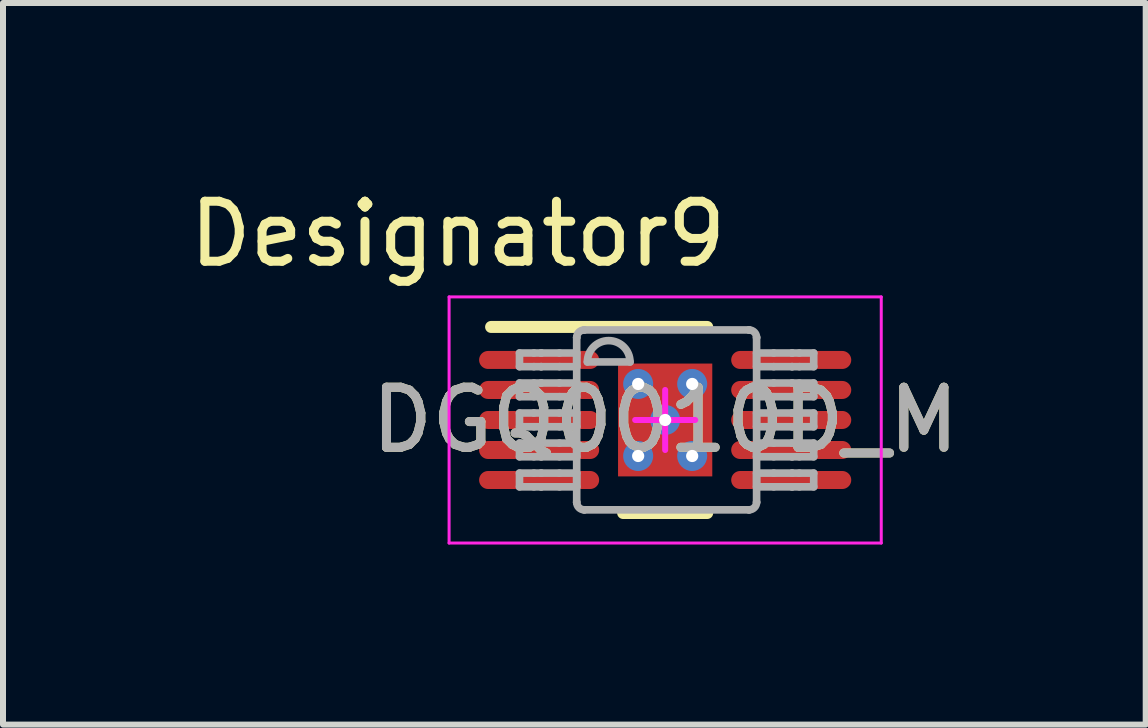
<source format=kicad_pcb>
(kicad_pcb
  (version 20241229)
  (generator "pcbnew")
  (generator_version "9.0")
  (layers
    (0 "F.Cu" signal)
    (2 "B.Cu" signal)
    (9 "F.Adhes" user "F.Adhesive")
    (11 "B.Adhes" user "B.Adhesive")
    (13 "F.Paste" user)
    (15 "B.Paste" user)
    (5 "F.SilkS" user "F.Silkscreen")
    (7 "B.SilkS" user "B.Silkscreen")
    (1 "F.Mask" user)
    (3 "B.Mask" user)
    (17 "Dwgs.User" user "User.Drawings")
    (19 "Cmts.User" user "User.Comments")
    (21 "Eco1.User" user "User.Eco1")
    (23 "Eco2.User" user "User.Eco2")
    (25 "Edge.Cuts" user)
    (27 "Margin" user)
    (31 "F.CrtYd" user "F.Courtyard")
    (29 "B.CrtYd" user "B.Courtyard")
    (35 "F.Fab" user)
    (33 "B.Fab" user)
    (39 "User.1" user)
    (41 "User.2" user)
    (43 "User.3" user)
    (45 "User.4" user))
  (footprint "DGQ0010D_M"
    (layer "F.Cu")
    (at 8.032 3.947)
    (property "Reference" "DGQ0010D_M" (at 0 0 0) (unlocked yes) (layer "F.SilkS") (effects (font (size 1 1) (thickness 0.15))))
    (attr smd)
    (fp_line (start -2.9 -1.55) (end 0.7 -1.55) (stroke (width 0.2) (type solid)) (layer "F.SilkS"))
    (fp_line (start -0.7 1.55) (end 0.7 1.55) (stroke (width 0.2) (type solid)) (layer "F.SilkS"))
    (fp_line (start -3.6 -2.05) (end 3.6 -2.05) (stroke (width 0.05) (type solid)) (layer "F.CrtYd"))
    (fp_line (start -3.6 2.05) (end -3.6 -2.05) (stroke (width 0.05) (type solid)) (layer "F.CrtYd"))
    (fp_line (start -3.6 2.05) (end 3.6 2.05) (stroke (width 0.05) (type solid)) (layer "F.CrtYd"))
    (fp_line (start -0.5 0) (end 0.5 0) (stroke (width 0.1) (type solid)) (layer "F.CrtYd"))
    (fp_line (start 0.000003 0.5) (end 0.000003 -0.5) (stroke (width 0.1) (type solid)) (layer "F.CrtYd"))
    (fp_line (start 3.6 2.05) (end 3.6 -2.05) (stroke (width 0.05) (type solid)) (layer "F.CrtYd"))
    (fp_line (start -2.427 -1.116) (end -2.187 -1.116) (stroke (width 0.127) (type solid)) (layer "F.Fab"))
    (fp_line (start -2.427 -0.888) (end -2.427 -1.116) (stroke (width 0.127) (type solid)) (layer "F.Fab"))
    (fp_line (start -2.427 -0.888) (end -2.187 -0.888) (stroke (width 0.127) (type solid)) (layer "F.Fab"))
    (fp_line (start -2.427 -0.616) (end -2.187 -0.616) (stroke (width 0.127) (type solid)) (layer "F.Fab"))
    (fp_line (start -2.427 -0.388) (end -2.427 -0.616) (stroke (width 0.127) (type solid)) (layer "F.Fab"))
    (fp_line (start -2.427 -0.388) (end -2.187 -0.388) (stroke (width 0.127) (type solid)) (layer "F.Fab"))
    (fp_line (start -2.427 -0.116) (end -2.187 -0.116) (stroke (width 0.127) (type solid)) (layer "F.Fab"))
    (fp_line (start -2.427 0.113) (end -2.427 -0.116) (stroke (width 0.127) (type solid)) (layer "F.Fab"))
    (fp_line (start -2.427 0.113) (end -2.187 0.113) (stroke (width 0.127) (type solid)) (layer "F.Fab"))
    (fp_line (start -2.427 0.385) (end -2.187 0.385) (stroke (width 0.127) (type solid)) (layer "F.Fab"))
    (fp_line (start -2.427 0.613) (end -2.427 0.385) (stroke (width 0.127) (type solid)) (layer "F.Fab"))
    (fp_line (start -2.427 0.613) (end -2.187 0.613) (stroke (width 0.127) (type solid)) (layer "F.Fab"))
    (fp_line (start -2.427 0.885) (end -2.187 0.885) (stroke (width 0.127) (type solid)) (layer "F.Fab"))
    (fp_line (start -2.427 1.114) (end -2.427 0.885) (stroke (width 0.127) (type solid)) (layer "F.Fab"))
    (fp_line (start -2.427 1.114) (end -2.187 1.114) (stroke (width 0.127) (type solid)) (layer "F.Fab"))
    (fp_line (start -2.187 -1.116) (end -2.067 -1.116) (stroke (width 0.127) (type solid)) (layer "F.Fab"))
    (fp_line (start -2.187 -0.888) (end -2.067 -0.888) (stroke (width 0.127) (type solid)) (layer "F.Fab"))
    (fp_line (start -2.187 -0.616) (end -2.067 -0.616) (stroke (width 0.127) (type solid)) (layer "F.Fab"))
    (fp_line (start -2.187 -0.388) (end -2.067 -0.388) (stroke (width 0.127) (type solid)) (layer "F.Fab"))
    (fp_line (start -2.187 -0.116) (end -2.067 -0.116) (stroke (width 0.127) (type solid)) (layer "F.Fab"))
    (fp_line (start -2.187 0.113) (end -2.067 0.113) (stroke (width 0.127) (type solid)) (layer "F.Fab"))
    (fp_line (start -2.187 0.385) (end -2.067 0.385) (stroke (width 0.127) (type solid)) (layer "F.Fab"))
    (fp_line (start -2.187 0.613) (end -2.067 0.613) (stroke (width 0.127) (type solid)) (layer "F.Fab"))
    (fp_line (start -2.187 0.885) (end -2.067 0.885) (stroke (width 0.127) (type solid)) (layer "F.Fab"))
    (fp_line (start -2.187 1.114) (end -2.067 1.114) (stroke (width 0.127) (type solid)) (layer "F.Fab"))
    (fp_line (start -2.067 -1.116) (end -2.064 -1.116) (stroke (width 0.127) (type solid)) (layer "F.Fab"))
    (fp_line (start -2.067 -0.888) (end -2.064 -0.888) (stroke (width 0.127) (type solid)) (layer "F.Fab"))
    (fp_line (start -2.067 -0.616) (end -2.064 -0.616) (stroke (width 0.127) (type solid)) (layer "F.Fab"))
    (fp_line (start -2.067 -0.388) (end -2.064 -0.388) (stroke (width 0.127) (type solid)) (layer "F.Fab"))
    (fp_line (start -2.067 -0.116) (end -2.064 -0.116) (stroke (width 0.127) (type solid)) (layer "F.Fab"))
    (fp_line (start -2.067 0.113) (end -2.064 0.113) (stroke (width 0.127) (type solid)) (layer "F.Fab"))
    (fp_line (start -2.067 0.385) (end -2.064 0.385) (stroke (width 0.127) (type solid)) (layer "F.Fab"))
    (fp_line (start -2.067 0.613) (end -2.064 0.613) (stroke (width 0.127) (type solid)) (layer "F.Fab"))
    (fp_line (start -2.067 0.885) (end -2.064 0.885) (stroke (width 0.127) (type solid)) (layer "F.Fab"))
    (fp_line (start -2.067 1.114) (end -2.064 1.114) (stroke (width 0.127) (type solid)) (layer "F.Fab"))
    (fp_line (start -2.064 -1.116) (end -1.76 -1.116) (stroke (width 0.127) (type solid)) (layer "F.Fab"))
    (fp_line (start -2.064 -0.888) (end -1.76 -0.888) (stroke (width 0.127) (type solid)) (layer "F.Fab"))
    (fp_line (start -2.064 -0.616) (end -1.76 -0.616) (stroke (width 0.127) (type solid)) (layer "F.Fab"))
    (fp_line (start -2.064 -0.388) (end -1.76 -0.388) (stroke (width 0.127) (type solid)) (layer "F.Fab"))
    (fp_line (start -2.064 -0.116) (end -1.76 -0.116) (stroke (width 0.127) (type solid)) (layer "F.Fab"))
    (fp_line (start -2.064 0.113) (end -1.76 0.113) (stroke (width 0.127) (type solid)) (layer "F.Fab"))
    (fp_line (start -2.064 0.385) (end -1.76 0.385) (stroke (width 0.127) (type solid)) (layer "F.Fab"))
    (fp_line (start -2.064 0.613) (end -1.76 0.613) (stroke (width 0.127) (type solid)) (layer "F.Fab"))
    (fp_line (start -2.064 0.885) (end -1.76 0.885) (stroke (width 0.127) (type solid)) (layer "F.Fab"))
    (fp_line (start -2.064 1.114) (end -1.76 1.114) (stroke (width 0.127) (type solid)) (layer "F.Fab"))
    (fp_line (start -1.76 -1.116) (end -1.474 -1.116) (stroke (width 0.127) (type solid)) (layer "F.Fab"))
    (fp_line (start -1.76 -0.888) (end -1.474 -0.888) (stroke (width 0.127) (type solid)) (layer "F.Fab"))
    (fp_line (start -1.76 -0.616) (end -1.474 -0.616) (stroke (width 0.127) (type solid)) (layer "F.Fab"))
    (fp_line (start -1.76 -0.388) (end -1.474 -0.388) (stroke (width 0.127) (type solid)) (layer "F.Fab"))
    (fp_line (start -1.76 -0.116) (end -1.474 -0.116) (stroke (width 0.127) (type solid)) (layer "F.Fab"))
    (fp_line (start -1.76 0.113) (end -1.474 0.113) (stroke (width 0.127) (type solid)) (layer "F.Fab"))
    (fp_line (start -1.76 0.385) (end -1.474 0.385) (stroke (width 0.127) (type solid)) (layer "F.Fab"))
    (fp_line (start -1.76 0.613) (end -1.474 0.613) (stroke (width 0.127) (type solid)) (layer "F.Fab"))
    (fp_line (start -1.76 0.885) (end -1.474 0.885) (stroke (width 0.127) (type solid)) (layer "F.Fab"))
    (fp_line (start -1.76 1.114) (end -1.474 1.114) (stroke (width 0.127) (type solid)) (layer "F.Fab"))
    (fp_line (start -1.474 -1.373) (end -1.474 -1.376) (stroke (width 0.127) (type solid)) (layer "F.Fab"))
    (fp_line (start -1.474 -0.888) (end -1.474 -1.116) (stroke (width 0.127) (type solid)) (layer "F.Fab"))
    (fp_line (start -1.474 -0.388) (end -1.474 -0.616) (stroke (width 0.127) (type solid)) (layer "F.Fab"))
    (fp_line (start -1.474 0.113) (end -1.474 -0.116) (stroke (width 0.127) (type solid)) (layer "F.Fab"))
    (fp_line (start -1.474 0.613) (end -1.474 0.385) (stroke (width 0.127) (type solid)) (layer "F.Fab"))
    (fp_line (start -1.474 1.114) (end -1.474 0.885) (stroke (width 0.127) (type solid)) (layer "F.Fab"))
    (fp_line (start -1.474 1.37) (end -1.474 -1.373) (stroke (width 0.127) (type solid)) (layer "F.Fab"))
    (fp_line (start -1.474 1.37) (end -1.474 1.373) (stroke (width 0.127) (type solid)) (layer "F.Fab"))
    (fp_line (start -1.35 -1.5) (end -1.347 -1.5) (stroke (width 0.127) (type solid)) (layer "F.Fab"))
    (fp_line (start -1.35 1.497) (end -1.347 1.497) (stroke (width 0.127) (type solid)) (layer "F.Fab"))
    (fp_line (start -1.347 -1.5) (end 1.396 -1.5) (stroke (width 0.127) (type solid)) (layer "F.Fab"))
    (fp_line (start -1.347 1.497) (end 1.396 1.497) (stroke (width 0.127) (type solid)) (layer "F.Fab"))
    (fp_line (start -1.296 -0.967) (end -0.585 -0.967) (stroke (width 0.127) (type solid)) (layer "F.Fab"))
    (fp_line (start 1.396 -1.5) (end 1.399 -1.5) (stroke (width 0.127) (type solid)) (layer "F.Fab"))
    (fp_line (start 1.396 1.497) (end 1.399 1.497) (stroke (width 0.127) (type solid)) (layer "F.Fab"))
    (fp_line (start 1.523 -1.376) (end 1.523 -1.373) (stroke (width 0.127) (type solid)) (layer "F.Fab"))
    (fp_line (start 1.523 1.373) (end 1.523 1.37) (stroke (width 0.127) (type solid)) (layer "F.Fab"))
    (fp_line (start 1.523 -1.116) (end 1.809 -1.116) (stroke (width 0.127) (type solid)) (layer "F.Fab"))
    (fp_line (start 1.523 -0.888) (end 1.523 -1.116) (stroke (width 0.127) (type solid)) (layer "F.Fab"))
    (fp_line (start 1.523 -0.888) (end 1.809 -0.888) (stroke (width 0.127) (type solid)) (layer "F.Fab"))
    (fp_line (start 1.523 -0.616) (end 1.809 -0.616) (stroke (width 0.127) (type solid)) (layer "F.Fab"))
    (fp_line (start 1.523 -0.388) (end 1.523 -0.616) (stroke (width 0.127) (type solid)) (layer "F.Fab"))
    (fp_line (start 1.523 -0.388) (end 1.809 -0.388) (stroke (width 0.127) (type solid)) (layer "F.Fab"))
    (fp_line (start 1.523 -0.116) (end 1.809 -0.116) (stroke (width 0.127) (type solid)) (layer "F.Fab"))
    (fp_line (start 1.523 0.113) (end 1.523 -0.116) (stroke (width 0.127) (type solid)) (layer "F.Fab"))
    (fp_line (start 1.523 0.113) (end 1.809 0.113) (stroke (width 0.127) (type solid)) (layer "F.Fab"))
    (fp_line (start 1.523 0.385) (end 1.809 0.385) (stroke (width 0.127) (type solid)) (layer "F.Fab"))
    (fp_line (start 1.523 0.613) (end 1.523 0.385) (stroke (width 0.127) (type solid)) (layer "F.Fab"))
    (fp_line (start 1.523 0.613) (end 1.809 0.613) (stroke (width 0.127) (type solid)) (layer "F.Fab"))
    (fp_line (start 1.523 0.885) (end 1.809 0.885) (stroke (width 0.127) (type solid)) (layer "F.Fab"))
    (fp_line (start 1.523 1.114) (end 1.523 0.885) (stroke (width 0.127) (type solid)) (layer "F.Fab"))
    (fp_line (start 1.523 1.114) (end 1.809 1.114) (stroke (width 0.127) (type solid)) (layer "F.Fab"))
    (fp_line (start 1.523 1.37) (end 1.523 -1.373) (stroke (width 0.127) (type solid)) (layer "F.Fab"))
    (fp_line (start 1.809 -1.116) (end 2.113 -1.116) (stroke (width 0.127) (type solid)) (layer "F.Fab"))
    (fp_line (start 1.809 -0.888) (end 2.113 -0.888) (stroke (width 0.127) (type solid)) (layer "F.Fab"))
    (fp_line (start 1.809 -0.616) (end 2.113 -0.616) (stroke (width 0.127) (type solid)) (layer "F.Fab"))
    (fp_line (start 1.809 -0.388) (end 2.113 -0.388) (stroke (width 0.127) (type solid)) (layer "F.Fab"))
    (fp_line (start 1.809 -0.116) (end 2.113 -0.116) (stroke (width 0.127) (type solid)) (layer "F.Fab"))
    (fp_line (start 1.809 0.113) (end 2.113 0.113) (stroke (width 0.127) (type solid)) (layer "F.Fab"))
    (fp_line (start 1.809 0.385) (end 2.113 0.385) (stroke (width 0.127) (type solid)) (layer "F.Fab"))
    (fp_line (start 1.809 0.613) (end 2.113 0.613) (stroke (width 0.127) (type solid)) (layer "F.Fab"))
    (fp_line (start 1.809 0.885) (end 2.113 0.885) (stroke (width 0.127) (type solid)) (layer "F.Fab"))
    (fp_line (start 1.809 1.114) (end 2.113 1.114) (stroke (width 0.127) (type solid)) (layer "F.Fab"))
    (fp_line (start 2.113 -1.116) (end 2.116 -1.116) (stroke (width 0.127) (type solid)) (layer "F.Fab"))
    (fp_line (start 2.113 -0.888) (end 2.116 -0.888) (stroke (width 0.127) (type solid)) (layer "F.Fab"))
    (fp_line (start 2.113 -0.616) (end 2.116 -0.616) (stroke (width 0.127) (type solid)) (layer "F.Fab"))
    (fp_line (start 2.113 -0.388) (end 2.116 -0.388) (stroke (width 0.127) (type solid)) (layer "F.Fab"))
    (fp_line (start 2.113 -0.116) (end 2.116 -0.116) (stroke (width 0.127) (type solid)) (layer "F.Fab"))
    (fp_line (start 2.113 0.113) (end 2.116 0.113) (stroke (width 0.127) (type solid)) (layer "F.Fab"))
    (fp_line (start 2.113 0.385) (end 2.116 0.385) (stroke (width 0.127) (type solid)) (layer "F.Fab"))
    (fp_line (start 2.113 0.613) (end 2.116 0.613) (stroke (width 0.127) (type solid)) (layer "F.Fab"))
    (fp_line (start 2.113 0.885) (end 2.116 0.885) (stroke (width 0.127) (type solid)) (layer "F.Fab"))
    (fp_line (start 2.113 1.114) (end 2.116 1.114) (stroke (width 0.127) (type solid)) (layer "F.Fab"))
    (fp_line (start 2.116 -1.116) (end 2.236 -1.116) (stroke (width 0.127) (type solid)) (layer "F.Fab"))
    (fp_line (start 2.116 -0.888) (end 2.236 -0.888) (stroke (width 0.127) (type solid)) (layer "F.Fab"))
    (fp_line (start 2.116 -0.616) (end 2.236 -0.616) (stroke (width 0.127) (type solid)) (layer "F.Fab"))
    (fp_line (start 2.116 -0.388) (end 2.236 -0.388) (stroke (width 0.127) (type solid)) (layer "F.Fab"))
    (fp_line (start 2.116 -0.116) (end 2.236 -0.116) (stroke (width 0.127) (type solid)) (layer "F.Fab"))
    (fp_line (start 2.116 0.113) (end 2.236 0.113) (stroke (width 0.127) (type solid)) (layer "F.Fab"))
    (fp_line (start 2.116 0.385) (end 2.236 0.385) (stroke (width 0.127) (type solid)) (layer "F.Fab"))
    (fp_line (start 2.116 0.613) (end 2.236 0.613) (stroke (width 0.127) (type solid)) (layer "F.Fab"))
    (fp_line (start 2.116 0.885) (end 2.236 0.885) (stroke (width 0.127) (type solid)) (layer "F.Fab"))
    (fp_line (start 2.116 1.114) (end 2.236 1.114) (stroke (width 0.127) (type solid)) (layer "F.Fab"))
    (fp_line (start 2.236 -1.116) (end 2.475 -1.116) (stroke (width 0.127) (type solid)) (layer "F.Fab"))
    (fp_line (start 2.236 -0.888) (end 2.475 -0.888) (stroke (width 0.127) (type solid)) (layer "F.Fab"))
    (fp_line (start 2.236 -0.616) (end 2.475 -0.616) (stroke (width 0.127) (type solid)) (layer "F.Fab"))
    (fp_line (start 2.236 -0.388) (end 2.475 -0.388) (stroke (width 0.127) (type solid)) (layer "F.Fab"))
    (fp_line (start 2.236 -0.116) (end 2.475 -0.116) (stroke (width 0.127) (type solid)) (layer "F.Fab"))
    (fp_line (start 2.236 0.113) (end 2.475 0.113) (stroke (width 0.127) (type solid)) (layer "F.Fab"))
    (fp_line (start 2.236 0.385) (end 2.475 0.385) (stroke (width 0.127) (type solid)) (layer "F.Fab"))
    (fp_line (start 2.236 0.613) (end 2.475 0.613) (stroke (width 0.127) (type solid)) (layer "F.Fab"))
    (fp_line (start 2.236 0.885) (end 2.475 0.885) (stroke (width 0.127) (type solid)) (layer "F.Fab"))
    (fp_line (start 2.236 1.114) (end 2.475 1.114) (stroke (width 0.127) (type solid)) (layer "F.Fab"))
    (fp_line (start 2.475 -0.888) (end 2.475 -1.116) (stroke (width 0.127) (type solid)) (layer "F.Fab"))
    (fp_line (start 2.475 -0.388) (end 2.475 -0.616) (stroke (width 0.127) (type solid)) (layer "F.Fab"))
    (fp_line (start 2.475 0.113) (end 2.475 -0.116) (stroke (width 0.127) (type solid)) (layer "F.Fab"))
    (fp_line (start 2.475 0.613) (end 2.475 0.385) (stroke (width 0.127) (type solid)) (layer "F.Fab"))
    (fp_line (start 2.475 1.114) (end 2.475 0.885) (stroke (width 0.127) (type solid)) (layer "F.Fab"))
    (fp_arc (start -1.474232 -1.375768) (mid -1.437062 -1.46283) (end -1.35 -1.5) (stroke (width 0.127) (type solid)) (layer "F.Fab"))
    (fp_arc (start -1.35 1.49715) (mid -1.437062 1.45998) (end -1.474232 1.372918) (stroke (width 0.127) (type solid)) (layer "F.Fab"))
    (fp_arc (start -1.296457 -0.966625) (mid -0.940857 -1.322225) (end -0.585257 -0.966625) (stroke (width 0.127) (type solid)) (layer "F.Fab"))
    (fp_arc (start 1.398686 -1.5) (mid 1.485749 -1.46283) (end 1.522919 -1.375768) (stroke (width 0.127) (type solid)) (layer "F.Fab"))
    (fp_arc (start 1.522919 1.372918) (mid 1.485749 1.45998) (end 1.398686 1.49715) (stroke (width 0.127) (type solid)) (layer "F.Fab"))
    (fp_text user "Designator9" (at -3.454 -3.099 0) (unlocked yes) (layer "F.SilkS") (effects (font (size 1 1) (thickness 0.15))))
    (fp_text user "${REFERENCE}" (at 0 0 0) (unlocked yes) (layer "F.Fab") (effects (font (size 1 1) (thickness 0.15))))
    (pad "1" smd oval (at -2.1 -1 90) (size 0.3 2) (layers "F.Cu" "F.Mask" "F.Paste"))
    (pad "2" smd oval (at -2.1 -0.5 90) (size 0.3 2) (layers "F.Cu" "F.Mask" "F.Paste"))
    (pad "3" smd oval (at -2.1 0 90) (size 0.3 2) (layers "F.Cu" "F.Mask" "F.Paste"))
    (pad "4" smd oval (at -2.1 0.5 90) (size 0.3 2) (layers "F.Cu" "F.Mask" "F.Paste"))
    (pad "5" smd oval (at -2.1 1 90) (size 0.3 2) (layers "F.Cu" "F.Mask" "F.Paste"))
    (pad "6" smd oval (at 2.1 1 90) (size 0.3 2) (layers "F.Cu" "F.Mask" "F.Paste"))
    (pad "7" smd oval (at 2.1 0.5 90) (size 0.3 2) (layers "F.Cu" "F.Mask" "F.Paste"))
    (pad "8" smd oval (at 2.1 0 90) (size 0.3 2) (layers "F.Cu" "F.Mask" "F.Paste"))
    (pad "9" smd oval (at 2.1 -0.5 90) (size 0.3 2) (layers "F.Cu" "F.Mask" "F.Paste"))
    (pad "10" smd oval (at 2.1 -1 90) (size 0.3 2) (layers "F.Cu" "F.Mask" "F.Paste"))
    (pad "11" smd rect (at 0 0) (size 1.57 1.88) (layers "F.Cu" "F.Mask" "F.Paste"))
    (pad "V" thru_hole circle (at -0.45 -0.6) (size 0.5 0.5) (drill 0.203) (layers "*.Cu" "*.Mask"))
    (pad "V" thru_hole circle (at -0.45 0.6) (size 0.5 0.5) (drill 0.203) (layers "*.Cu" "*.Mask"))
    (pad "V" thru_hole circle (at 0 0) (size 0.5 0.5) (drill 0.203) (layers "*.Cu" "*.Mask"))
    (pad "V" thru_hole circle (at 0.45 -0.6) (size 0.5 0.5) (drill 0.203) (layers "*.Cu" "*.Mask"))
    (pad "V" thru_hole circle (at 0.45 0.6) (size 0.5 0.5) (drill 0.203) (layers "*.Cu" "*.Mask")))
  (gr_rect
    (start -3 -3)
    (end 16.038 9.022)
    (stroke (width 0.1) (type default))
    (fill no)
    (layer "Edge.Cuts")))
</source>
